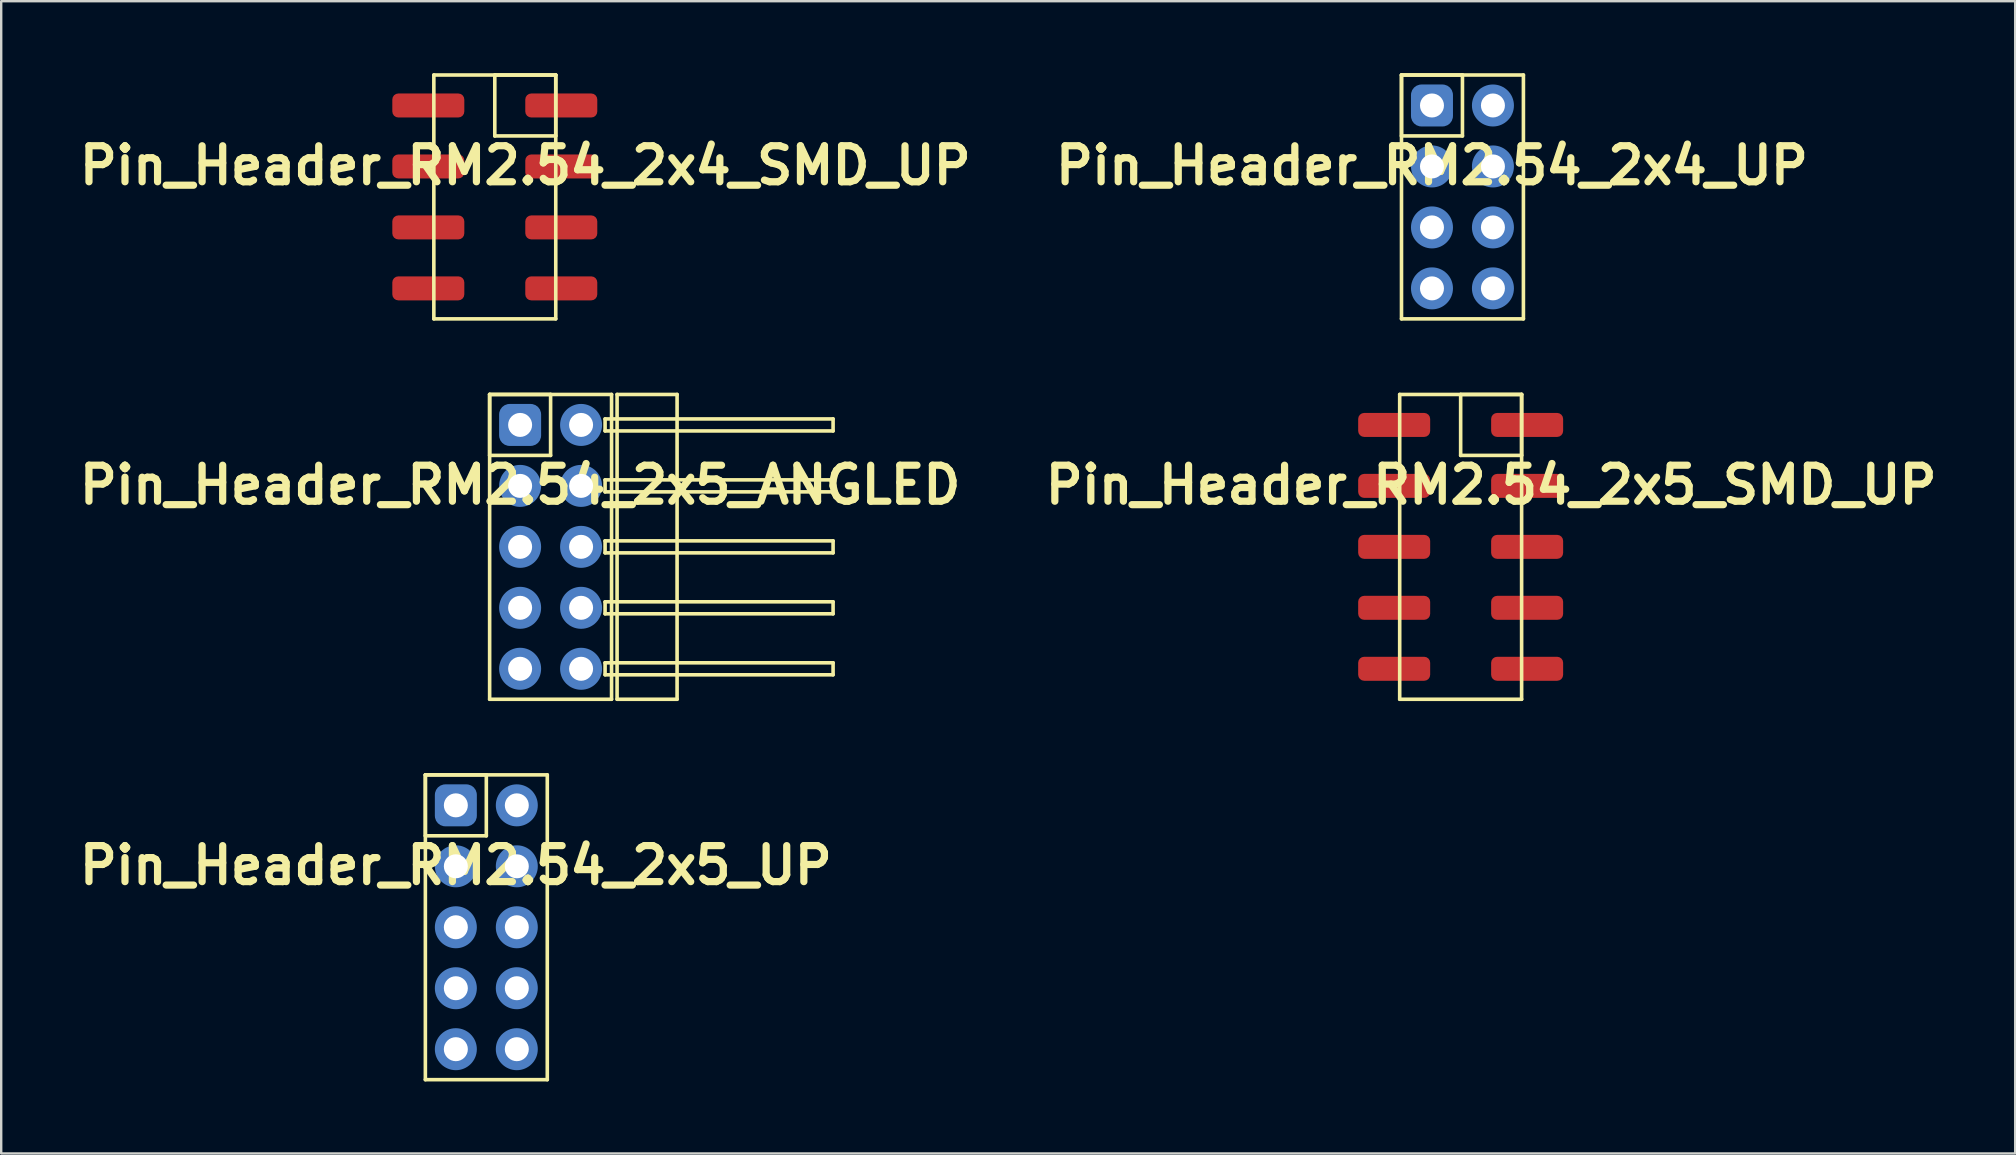
<source format=kicad_pcb>
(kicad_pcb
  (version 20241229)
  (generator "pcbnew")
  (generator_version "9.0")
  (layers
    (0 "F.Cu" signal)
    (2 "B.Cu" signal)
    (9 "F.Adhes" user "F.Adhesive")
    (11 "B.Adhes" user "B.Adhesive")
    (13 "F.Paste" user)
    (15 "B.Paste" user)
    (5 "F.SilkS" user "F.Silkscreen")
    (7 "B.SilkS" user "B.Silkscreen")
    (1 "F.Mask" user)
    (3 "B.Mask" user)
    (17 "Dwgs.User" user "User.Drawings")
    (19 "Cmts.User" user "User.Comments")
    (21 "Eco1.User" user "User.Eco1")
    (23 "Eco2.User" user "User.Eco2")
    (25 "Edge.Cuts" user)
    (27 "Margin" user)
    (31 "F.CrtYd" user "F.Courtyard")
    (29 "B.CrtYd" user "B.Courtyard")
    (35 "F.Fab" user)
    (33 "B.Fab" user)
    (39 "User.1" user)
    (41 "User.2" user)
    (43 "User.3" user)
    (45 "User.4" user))
  (footprint "Pin_Header_RM2.54_2x4_UP"
    (layer "F.Cu")
    (at 56.614 1.345)
    (property "Reference" "Pin_Header_RM2.54_2x4_UP" (at 0 2.5 0) (layer "F.SilkS") (effects (font (size 1.5 1.5) (thickness 0.3))))
    (attr through_hole)
    (fp_line (start -1.27 -1.27) (end 1.27 -1.27) (stroke (width 0.15) (type solid)) (layer "F.SilkS"))
    (fp_line (start -1.27 -1.27) (end 3.81 -1.27) (stroke (width 0.15) (type solid)) (layer "F.SilkS"))
    (fp_line (start -1.27 1.27) (end -1.27 -1.27) (stroke (width 0.15) (type solid)) (layer "F.SilkS"))
    (fp_line (start -1.27 8.89) (end -1.27 -1.27) (stroke (width 0.15) (type solid)) (layer "F.SilkS"))
    (fp_line (start 1.27 -1.27) (end 1.27 1.27) (stroke (width 0.15) (type solid)) (layer "F.SilkS"))
    (fp_line (start 1.27 1.27) (end -1.27 1.27) (stroke (width 0.15) (type solid)) (layer "F.SilkS"))
    (fp_line (start 3.81 -1.27) (end 3.81 8.89) (stroke (width 0.15) (type solid)) (layer "F.SilkS"))
    (fp_line (start 3.81 8.89) (end -1.27 8.89) (stroke (width 0.15) (type solid)) (layer "F.SilkS"))
    (pad "1" thru_hole circle (at 0 0) (size 1.3 1.3) (drill 1) (layers "*.Cu" "*.Mask"))
    (pad "1" smd roundrect (at 0 0) (size 1.5 1.5) (layers "F.Cu" "F.Mask") (roundrect_rratio 0.25))
    (pad "1" smd roundrect (at 0 0) (size 1.75 1.75) (layers "B.Cu" "B.Mask") (roundrect_rratio 0.25))
    (pad "2" thru_hole circle (at 2.54 0) (size 1.3 1.3) (drill 1) (layers "*.Cu" "*.Mask"))
    (pad "2" smd circle (at 2.54 0) (size 1.5 1.5) (layers "F.Cu" "F.Mask"))
    (pad "2" smd circle (at 2.54 0) (size 1.75 1.75) (layers "B.Cu" "B.Mask"))
    (pad "3" thru_hole circle (at 0 2.54) (size 1.3 1.3) (drill 1) (layers "*.Cu" "*.Mask"))
    (pad "3" smd circle (at 0 2.54) (size 1.5 1.5) (layers "F.Cu" "F.Mask"))
    (pad "3" smd circle (at 0 2.54) (size 1.75 1.75) (layers "B.Cu" "B.Mask"))
    (pad "4" thru_hole circle (at 2.54 2.54) (size 1.3 1.3) (drill 1) (layers "*.Cu" "*.Mask"))
    (pad "4" smd circle (at 2.54 2.54) (size 1.5 1.5) (layers "F.Cu" "F.Mask"))
    (pad "4" smd circle (at 2.54 2.54) (size 1.75 1.75) (layers "B.Cu" "B.Mask"))
    (pad "5" thru_hole circle (at 0 5.08) (size 1.3 1.3) (drill 1) (layers "*.Cu" "*.Mask"))
    (pad "5" smd circle (at 0 5.08) (size 1.5 1.5) (layers "F.Cu" "F.Mask"))
    (pad "5" smd circle (at 0 5.08) (size 1.75 1.75) (layers "B.Cu" "B.Mask"))
    (pad "6" thru_hole circle (at 2.54 5.08) (size 1.3 1.3) (drill 1) (layers "*.Cu" "*.Mask"))
    (pad "6" smd circle (at 2.54 5.08) (size 1.5 1.5) (layers "F.Cu" "F.Mask"))
    (pad "6" smd circle (at 2.54 5.08) (size 1.75 1.75) (layers "B.Cu" "B.Mask"))
    (pad "7" thru_hole circle (at 0 7.62) (size 1.3 1.3) (drill 1) (layers "*.Cu" "*.Mask"))
    (pad "7" smd circle (at 0 7.62) (size 1.5 1.5) (layers "F.Cu" "F.Mask"))
    (pad "7" smd circle (at 0 7.62) (size 1.75 1.75) (layers "B.Cu" "B.Mask"))
    (pad "8" thru_hole circle (at 2.54 7.62) (size 1.3 1.3) (drill 1) (layers "*.Cu" "*.Mask"))
    (pad "8" smd circle (at 2.54 7.62) (size 1.5 1.5) (layers "F.Cu" "F.Mask"))
    (pad "8" smd circle (at 2.54 7.62) (size 1.75 1.75) (layers "B.Cu" "B.Mask")))
  (footprint "Pin_Header_RM2.54_2x5_UP"
    (layer "F.Cu")
    (at 15.943 30.505)
    (property "Reference" "Pin_Header_RM2.54_2x5_UP" (at 0 2.5 0) (layer "F.SilkS") (effects (font (size 1.5 1.5) (thickness 0.3))))
    (attr through_hole)
    (fp_line (start -1.27 -1.27) (end 1.27 -1.27) (stroke (width 0.15) (type solid)) (layer "F.SilkS"))
    (fp_line (start -1.27 -1.27) (end 3.81 -1.27) (stroke (width 0.15) (type solid)) (layer "F.SilkS"))
    (fp_line (start -1.27 1.27) (end -1.27 -1.27) (stroke (width 0.15) (type solid)) (layer "F.SilkS"))
    (fp_line (start -1.27 11.43) (end -1.27 -1.27) (stroke (width 0.15) (type solid)) (layer "F.SilkS"))
    (fp_line (start 1.27 -1.27) (end 1.27 1.27) (stroke (width 0.15) (type solid)) (layer "F.SilkS"))
    (fp_line (start 1.27 1.27) (end -1.27 1.27) (stroke (width 0.15) (type solid)) (layer "F.SilkS"))
    (fp_line (start 3.81 -1.27) (end 3.81 11.43) (stroke (width 0.15) (type solid)) (layer "F.SilkS"))
    (fp_line (start 3.81 11.43) (end -1.27 11.43) (stroke (width 0.15) (type solid)) (layer "F.SilkS"))
    (pad "1" thru_hole circle (at 0 0) (size 1.3 1.3) (drill 1) (layers "*.Cu" "*.Mask"))
    (pad "1" smd roundrect (at 0 0) (size 1.5 1.5) (layers "F.Cu" "F.Mask") (roundrect_rratio 0.25))
    (pad "1" smd roundrect (at 0 0) (size 1.75 1.75) (layers "B.Cu" "B.Mask") (roundrect_rratio 0.25))
    (pad "2" thru_hole circle (at 2.54 0) (size 1.3 1.3) (drill 1) (layers "*.Cu" "*.Mask"))
    (pad "2" smd circle (at 2.54 0) (size 1.5 1.5) (layers "F.Cu" "F.Mask"))
    (pad "2" smd circle (at 2.54 0) (size 1.75 1.75) (layers "B.Cu" "B.Mask"))
    (pad "3" thru_hole circle (at 0 2.54) (size 1.3 1.3) (drill 1) (layers "*.Cu" "*.Mask"))
    (pad "3" smd circle (at 0 2.54) (size 1.5 1.5) (layers "F.Cu" "F.Mask"))
    (pad "3" smd circle (at 0 2.54) (size 1.75 1.75) (layers "B.Cu" "B.Mask"))
    (pad "4" thru_hole circle (at 2.54 2.54) (size 1.3 1.3) (drill 1) (layers "*.Cu" "*.Mask"))
    (pad "4" smd circle (at 2.54 2.54) (size 1.5 1.5) (layers "F.Cu" "F.Mask"))
    (pad "4" smd circle (at 2.54 2.54) (size 1.75 1.75) (layers "B.Cu" "B.Mask"))
    (pad "5" thru_hole circle (at 0 5.08) (size 1.3 1.3) (drill 1) (layers "*.Cu" "*.Mask"))
    (pad "5" smd circle (at 0 5.08) (size 1.5 1.5) (layers "F.Cu" "F.Mask"))
    (pad "5" smd circle (at 0 5.08) (size 1.75 1.75) (layers "B.Cu" "B.Mask"))
    (pad "6" thru_hole circle (at 2.54 5.08) (size 1.3 1.3) (drill 1) (layers "*.Cu" "*.Mask"))
    (pad "6" smd circle (at 2.54 5.08) (size 1.5 1.5) (layers "F.Cu" "F.Mask"))
    (pad "6" smd circle (at 2.54 5.08) (size 1.75 1.75) (layers "B.Cu" "B.Mask"))
    (pad "7" thru_hole circle (at 0 7.62) (size 1.3 1.3) (drill 1) (layers "*.Cu" "*.Mask"))
    (pad "7" smd circle (at 0 7.62) (size 1.5 1.5) (layers "F.Cu" "F.Mask"))
    (pad "7" smd circle (at 0 7.62) (size 1.75 1.75) (layers "B.Cu" "B.Mask"))
    (pad "8" thru_hole circle (at 2.54 7.62) (size 1.3 1.3) (drill 1) (layers "*.Cu" "*.Mask"))
    (pad "8" smd circle (at 2.54 7.62) (size 1.5 1.5) (layers "F.Cu" "F.Mask"))
    (pad "8" smd circle (at 2.54 7.62) (size 1.75 1.75) (layers "B.Cu" "B.Mask"))
    (pad "9" thru_hole circle (at 0 10.16) (size 1.3 1.3) (drill 1) (layers "*.Cu" "*.Mask"))
    (pad "9" smd circle (at 0 10.16) (size 1.5 1.5) (layers "F.Cu" "F.Mask"))
    (pad "9" smd circle (at 0 10.16) (size 1.75 1.75) (layers "B.Cu" "B.Mask"))
    (pad "10" thru_hole circle (at 2.54 10.16) (size 1.3 1.3) (drill 1) (layers "*.Cu" "*.Mask"))
    (pad "10" smd circle (at 2.54 10.16) (size 1.5 1.5) (layers "F.Cu" "F.Mask"))
    (pad "10" smd circle (at 2.54 10.16) (size 1.75 1.75) (layers "B.Cu" "B.Mask")))
  (footprint "Pin_Header_RM2.54_2x4_SMD_UP"
    (layer "F.Cu")
    (at 18.836 1.345)
    (property "Reference" "Pin_Header_RM2.54_2x4_SMD_UP" (at 0 2.5 0) (layer "F.SilkS") (effects (font (size 1.5 1.5) (thickness 0.3))))
    (attr through_hole)
    (fp_line (start -3.81 -1.27) (end 1.27 -1.27) (stroke (width 0.15) (type solid)) (layer "F.SilkS"))
    (fp_line (start -3.81 8.89) (end -3.81 -1.27) (stroke (width 0.15) (type solid)) (layer "F.SilkS"))
    (fp_line (start -1.27 -1.27) (end 1.27 -1.27) (stroke (width 0.15) (type solid)) (layer "F.SilkS"))
    (fp_line (start -1.27 1.27) (end -1.27 -1.27) (stroke (width 0.15) (type solid)) (layer "F.SilkS"))
    (fp_line (start 1.27 -1.27) (end 1.27 1.27) (stroke (width 0.15) (type solid)) (layer "F.SilkS"))
    (fp_line (start 1.27 -1.27) (end 1.27 8.89) (stroke (width 0.15) (type solid)) (layer "F.SilkS"))
    (fp_line (start 1.27 1.27) (end -1.27 1.27) (stroke (width 0.15) (type solid)) (layer "F.SilkS"))
    (fp_line (start 1.27 8.89) (end -3.81 8.89) (stroke (width 0.15) (type solid)) (layer "F.SilkS"))
    (pad "1" smd roundrect (at 1.5 0) (size 3 1) (layers "F.Cu" "F.Mask" "F.Paste") (roundrect_rratio 0.25))
    (pad "2" smd roundrect (at -4.04 0) (size 3 1) (layers "F.Cu" "F.Mask" "F.Paste") (roundrect_rratio 0.25))
    (pad "3" smd roundrect (at 1.5 2.54) (size 3 1) (layers "F.Cu" "F.Mask" "F.Paste") (roundrect_rratio 0.25))
    (pad "4" smd roundrect (at -4.04 2.54) (size 3 1) (layers "F.Cu" "F.Mask" "F.Paste") (roundrect_rratio 0.25))
    (pad "5" smd roundrect (at 1.5 5.08) (size 3 1) (layers "F.Cu" "F.Mask" "F.Paste") (roundrect_rratio 0.25))
    (pad "6" smd roundrect (at -4.04 5.08) (size 3 1) (layers "F.Cu" "F.Mask" "F.Paste") (roundrect_rratio 0.25))
    (pad "7" smd roundrect (at 1.5 7.62) (size 3 1) (layers "F.Cu" "F.Mask" "F.Paste") (roundrect_rratio 0.25))
    (pad "8" smd roundrect (at -4.04 7.62) (size 3 1) (layers "F.Cu" "F.Mask" "F.Paste") (roundrect_rratio 0.25)))
  (footprint "Pin_Header_RM2.54_2x5_SMD_UP"
    (layer "F.Cu")
    (at 59.079 14.655)
    (property "Reference" "Pin_Header_RM2.54_2x5_SMD_UP" (at 0 2.5 0) (layer "F.SilkS") (effects (font (size 1.5 1.5) (thickness 0.3))))
    (attr through_hole)
    (fp_line (start -3.81 -1.27) (end 1.27 -1.27) (stroke (width 0.15) (type solid)) (layer "F.SilkS"))
    (fp_line (start -3.81 11.43) (end -3.81 -1.27) (stroke (width 0.15) (type solid)) (layer "F.SilkS"))
    (fp_line (start -1.27 -1.27) (end 1.27 -1.27) (stroke (width 0.15) (type solid)) (layer "F.SilkS"))
    (fp_line (start -1.27 1.27) (end -1.27 -1.27) (stroke (width 0.15) (type solid)) (layer "F.SilkS"))
    (fp_line (start 1.27 -1.27) (end 1.27 1.27) (stroke (width 0.15) (type solid)) (layer "F.SilkS"))
    (fp_line (start 1.27 -1.27) (end 1.27 11.43) (stroke (width 0.15) (type solid)) (layer "F.SilkS"))
    (fp_line (start 1.27 1.27) (end -1.27 1.27) (stroke (width 0.15) (type solid)) (layer "F.SilkS"))
    (fp_line (start 1.27 11.43) (end -3.81 11.43) (stroke (width 0.15) (type solid)) (layer "F.SilkS"))
    (pad "1" smd roundrect (at 1.5 0) (size 3 1) (layers "F.Cu" "F.Mask") (roundrect_rratio 0.25))
    (pad "2" smd roundrect (at -4.04 0) (size 3 1) (layers "F.Cu" "F.Mask") (roundrect_rratio 0.25))
    (pad "3" smd roundrect (at 1.5 2.54) (size 3 1) (layers "F.Cu" "F.Mask") (roundrect_rratio 0.25))
    (pad "4" smd roundrect (at -4.04 2.54) (size 3 1) (layers "F.Cu" "F.Mask") (roundrect_rratio 0.25))
    (pad "5" smd roundrect (at 1.5 5.08) (size 3 1) (layers "F.Cu" "F.Mask") (roundrect_rratio 0.25))
    (pad "6" smd roundrect (at -4.04 5.08) (size 3 1) (layers "F.Cu" "F.Mask") (roundrect_rratio 0.25))
    (pad "7" smd roundrect (at 1.5 7.62) (size 3 1) (layers "F.Cu" "F.Mask") (roundrect_rratio 0.25))
    (pad "8" smd roundrect (at -4.04 7.62) (size 3 1) (layers "F.Cu" "F.Mask") (roundrect_rratio 0.25))
    (pad "9" smd roundrect (at 1.5 10.16) (size 3 1) (layers "F.Cu" "F.Mask") (roundrect_rratio 0.25))
    (pad "10" smd roundrect (at -4.04 10.16) (size 3 1) (layers "F.Cu" "F.Mask") (roundrect_rratio 0.25)))
  (footprint "Pin_Header_RM2.54_2x5_ANGLED"
    (layer "F.Cu")
    (at 18.621 14.655)
    (property "Reference" "Pin_Header_RM2.54_2x5_ANGLED" (at 0 2.5 0) (layer "F.SilkS") (effects (font (size 1.5 1.5) (thickness 0.3))))
    (attr through_hole)
    (fp_line (start -1.27 -1.27) (end 1.27 -1.27) (stroke (width 0.15) (type solid)) (layer "F.SilkS"))
    (fp_line (start -1.27 -1.27) (end 3.81 -1.27) (stroke (width 0.15) (type solid)) (layer "F.SilkS"))
    (fp_line (start -1.27 1.27) (end -1.27 -1.27) (stroke (width 0.15) (type solid)) (layer "F.SilkS"))
    (fp_line (start -1.27 11.43) (end -1.27 -1.27) (stroke (width 0.15) (type solid)) (layer "F.SilkS"))
    (fp_line (start 1.27 -1.27) (end 1.27 1.27) (stroke (width 0.15) (type solid)) (layer "F.SilkS"))
    (fp_line (start 1.27 1.27) (end -1.27 1.27) (stroke (width 0.15) (type solid)) (layer "F.SilkS"))
    (fp_line (start 3.54 -0.25) (end 13.04 -0.25) (stroke (width 0.15) (type solid)) (layer "F.SilkS"))
    (fp_line (start 3.54 0.25) (end 3.54 -0.25) (stroke (width 0.15) (type solid)) (layer "F.SilkS"))
    (fp_line (start 3.54 2.29) (end 13.04 2.29) (stroke (width 0.15) (type solid)) (layer "F.SilkS"))
    (fp_line (start 3.54 2.79) (end 3.54 2.29) (stroke (width 0.15) (type solid)) (layer "F.SilkS"))
    (fp_line (start 3.54 4.83) (end 13.04 4.83) (stroke (width 0.15) (type solid)) (layer "F.SilkS"))
    (fp_line (start 3.54 5.33) (end 3.54 4.83) (stroke (width 0.15) (type solid)) (layer "F.SilkS"))
    (fp_line (start 3.54 7.37) (end 13.04 7.37) (stroke (width 0.15) (type solid)) (layer "F.SilkS"))
    (fp_line (start 3.54 7.87) (end 3.54 7.37) (stroke (width 0.15) (type solid)) (layer "F.SilkS"))
    (fp_line (start 3.54 9.91) (end 13.04 9.91) (stroke (width 0.15) (type solid)) (layer "F.SilkS"))
    (fp_line (start 3.54 10.41) (end 3.54 9.91) (stroke (width 0.15) (type solid)) (layer "F.SilkS"))
    (fp_line (start 3.81 -1.27) (end 3.81 11.43) (stroke (width 0.15) (type solid)) (layer "F.SilkS"))
    (fp_line (start 3.81 11.43) (end -1.27 11.43) (stroke (width 0.15) (type solid)) (layer "F.SilkS"))
    (fp_line (start 4.04 -1.27) (end 6.54 -1.27) (stroke (width 0.15) (type solid)) (layer "F.SilkS"))
    (fp_line (start 4.04 11.43) (end 4.04 -1.27) (stroke (width 0.15) (type solid)) (layer "F.SilkS"))
    (fp_line (start 6.54 -1.27) (end 6.54 11.43) (stroke (width 0.15) (type solid)) (layer "F.SilkS"))
    (fp_line (start 6.54 11.43) (end 4.04 11.43) (stroke (width 0.15) (type solid)) (layer "F.SilkS"))
    (fp_line (start 13.04 -0.25) (end 13.04 0.25) (stroke (width 0.15) (type solid)) (layer "F.SilkS"))
    (fp_line (start 13.04 0.25) (end 3.54 0.25) (stroke (width 0.15) (type solid)) (layer "F.SilkS"))
    (fp_line (start 13.04 2.29) (end 13.04 2.79) (stroke (width 0.15) (type solid)) (layer "F.SilkS"))
    (fp_line (start 13.04 2.79) (end 3.54 2.79) (stroke (width 0.15) (type solid)) (layer "F.SilkS"))
    (fp_line (start 13.04 4.83) (end 13.04 5.33) (stroke (width 0.15) (type solid)) (layer "F.SilkS"))
    (fp_line (start 13.04 5.33) (end 3.54 5.33) (stroke (width 0.15) (type solid)) (layer "F.SilkS"))
    (fp_line (start 13.04 7.37) (end 13.04 7.87) (stroke (width 0.15) (type solid)) (layer "F.SilkS"))
    (fp_line (start 13.04 7.87) (end 3.54 7.87) (stroke (width 0.15) (type solid)) (layer "F.SilkS"))
    (fp_line (start 13.04 9.91) (end 13.04 10.41) (stroke (width 0.15) (type solid)) (layer "F.SilkS"))
    (fp_line (start 13.04 10.41) (end 3.54 10.41) (stroke (width 0.15) (type solid)) (layer "F.SilkS"))
    (pad "1" thru_hole circle (at 0 0) (size 1.3 1.3) (drill 1) (layers "*.Cu" "*.Mask"))
    (pad "1" smd roundrect (at 0 0) (size 1.5 1.5) (layers "F.Cu" "F.Mask") (roundrect_rratio 0.25))
    (pad "1" smd roundrect (at 0 0) (size 1.75 1.75) (layers "B.Cu" "B.Mask") (roundrect_rratio 0.25))
    (pad "2" thru_hole circle (at 2.54 0) (size 1.3 1.3) (drill 1) (layers "*.Cu" "*.Mask"))
    (pad "2" smd circle (at 2.54 0) (size 1.5 1.5) (layers "F.Cu" "F.Mask"))
    (pad "2" smd circle (at 2.54 0) (size 1.75 1.75) (layers "B.Cu" "B.Mask"))
    (pad "3" thru_hole circle (at 0 2.54) (size 1.3 1.3) (drill 1) (layers "*.Cu" "*.Mask"))
    (pad "3" smd circle (at 0 2.54) (size 1.5 1.5) (layers "F.Cu" "F.Mask"))
    (pad "3" smd circle (at 0 2.54) (size 1.75 1.75) (layers "B.Cu" "B.Mask"))
    (pad "4" thru_hole circle (at 2.54 2.54) (size 1.3 1.3) (drill 1) (layers "*.Cu" "*.Mask"))
    (pad "4" smd circle (at 2.54 2.54) (size 1.5 1.5) (layers "F.Cu" "F.Mask"))
    (pad "4" smd circle (at 2.54 2.54) (size 1.75 1.75) (layers "B.Cu" "B.Mask"))
    (pad "5" thru_hole circle (at 0 5.08) (size 1.3 1.3) (drill 1) (layers "*.Cu" "*.Mask"))
    (pad "5" smd circle (at 0 5.08) (size 1.5 1.5) (layers "F.Cu" "F.Mask"))
    (pad "5" smd circle (at 0 5.08) (size 1.75 1.75) (layers "B.Cu" "B.Mask"))
    (pad "6" thru_hole circle (at 2.54 5.08) (size 1.3 1.3) (drill 1) (layers "*.Cu" "*.Mask"))
    (pad "6" smd circle (at 2.54 5.08) (size 1.5 1.5) (layers "F.Cu" "F.Mask"))
    (pad "6" smd circle (at 2.54 5.08) (size 1.75 1.75) (layers "B.Cu" "B.Mask"))
    (pad "7" thru_hole circle (at 0 7.62) (size 1.3 1.3) (drill 1) (layers "*.Cu" "*.Mask"))
    (pad "7" smd circle (at 0 7.62) (size 1.5 1.5) (layers "F.Cu" "F.Mask"))
    (pad "7" smd circle (at 0 7.62) (size 1.75 1.75) (layers "B.Cu" "B.Mask"))
    (pad "8" thru_hole circle (at 2.54 7.62) (size 1.3 1.3) (drill 1) (layers "*.Cu" "*.Mask"))
    (pad "8" smd circle (at 2.54 7.62) (size 1.5 1.5) (layers "F.Cu" "F.Mask"))
    (pad "8" smd circle (at 2.54 7.62) (size 1.75 1.75) (layers "B.Cu" "B.Mask"))
    (pad "9" thru_hole circle (at 0 10.16) (size 1.3 1.3) (drill 1) (layers "*.Cu" "*.Mask"))
    (pad "9" smd circle (at 0 10.16) (size 1.5 1.5) (layers "F.Cu" "F.Mask"))
    (pad "9" smd circle (at 0 10.16) (size 1.75 1.75) (layers "B.Cu" "B.Mask"))
    (pad "10" thru_hole circle (at 2.54 10.16) (size 1.3 1.3) (drill 1) (layers "*.Cu" "*.Mask"))
    (pad "10" smd circle (at 2.54 10.16) (size 1.5 1.5) (layers "F.Cu" "F.Mask"))
    (pad "10" smd circle (at 2.54 10.16) (size 1.75 1.75) (layers "B.Cu" "B.Mask")))
  (gr_rect
    (start -3 -3)
    (end 80.914 45.01)
    (stroke (width 0.1) (type default))
    (fill no)
    (layer "Edge.Cuts")))
</source>
